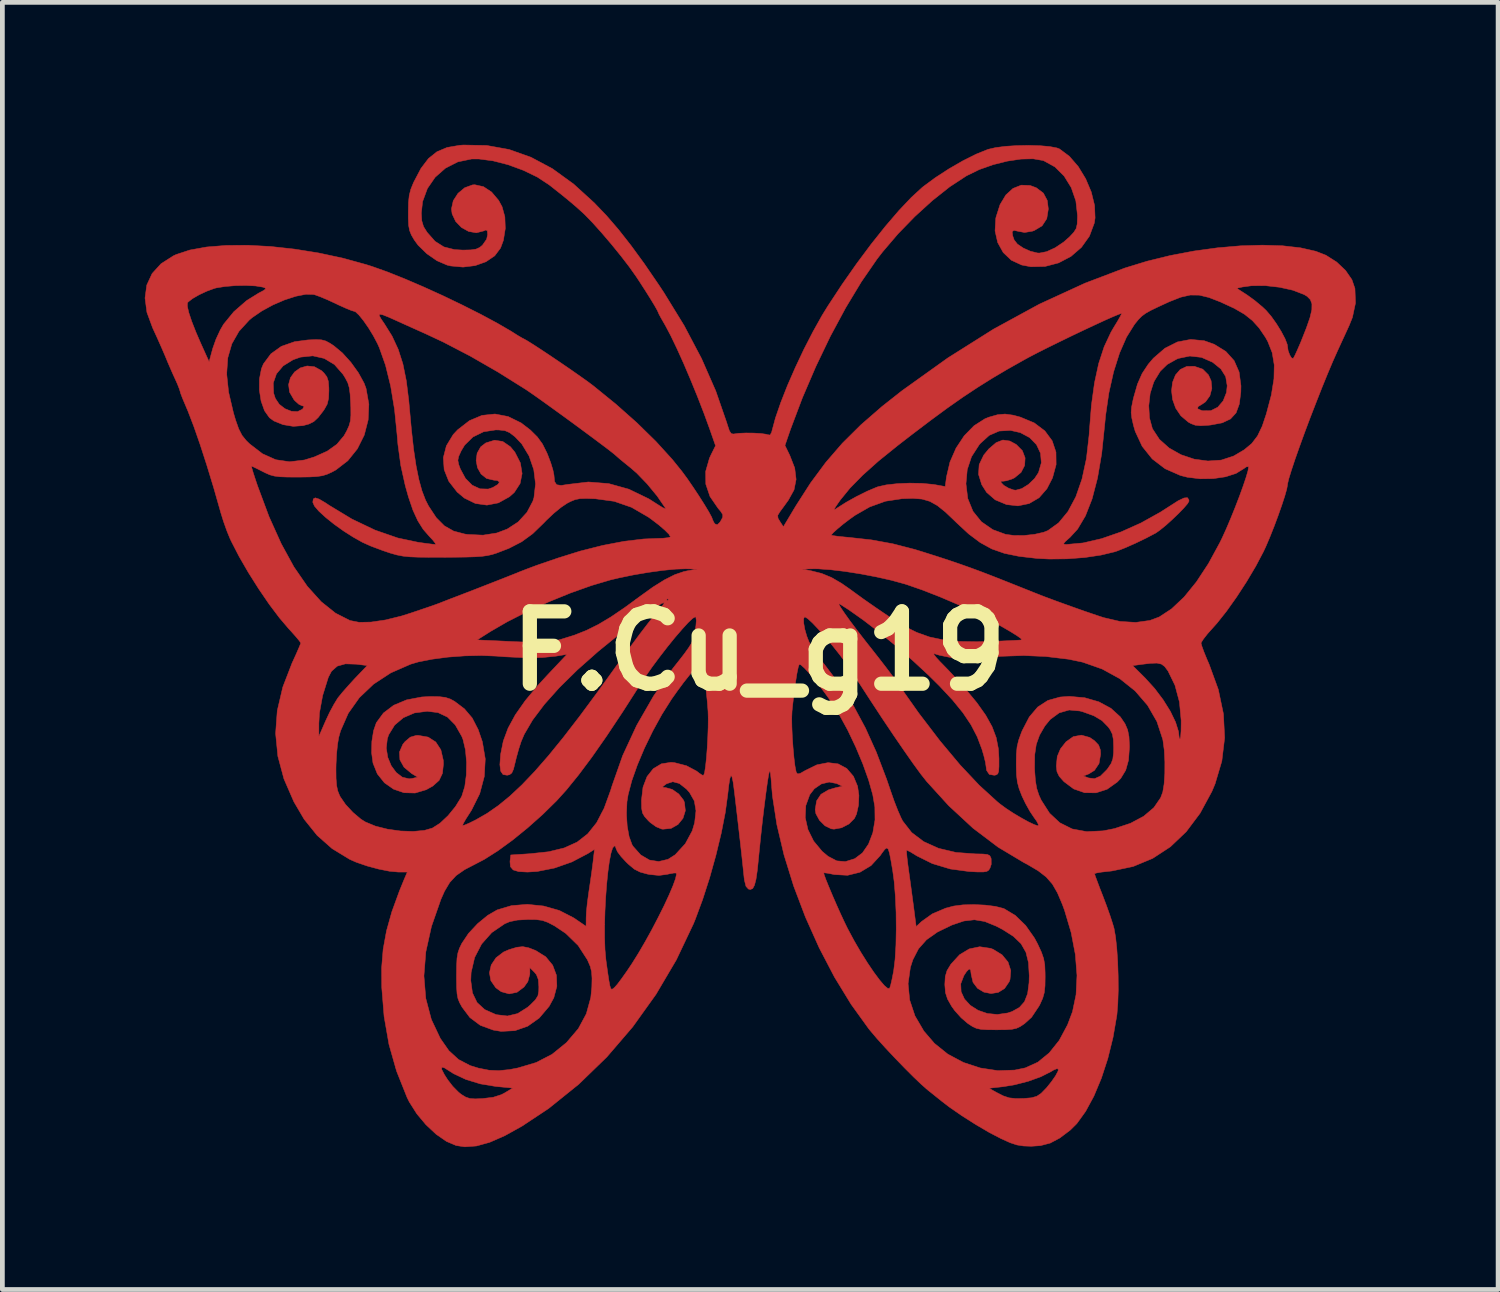
<source format=kicad_pcb>
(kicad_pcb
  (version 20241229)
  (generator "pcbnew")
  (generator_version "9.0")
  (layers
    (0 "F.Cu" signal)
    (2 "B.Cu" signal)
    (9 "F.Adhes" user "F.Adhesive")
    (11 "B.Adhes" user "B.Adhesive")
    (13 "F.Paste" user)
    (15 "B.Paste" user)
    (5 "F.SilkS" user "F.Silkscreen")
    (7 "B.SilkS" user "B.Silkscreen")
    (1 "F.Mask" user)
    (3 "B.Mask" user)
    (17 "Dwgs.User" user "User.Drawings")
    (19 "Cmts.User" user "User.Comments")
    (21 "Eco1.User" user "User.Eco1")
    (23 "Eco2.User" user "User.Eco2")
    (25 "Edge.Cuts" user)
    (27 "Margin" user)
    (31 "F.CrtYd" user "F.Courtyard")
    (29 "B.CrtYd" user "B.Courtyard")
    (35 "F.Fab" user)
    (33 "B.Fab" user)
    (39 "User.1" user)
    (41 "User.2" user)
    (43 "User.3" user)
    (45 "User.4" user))
  (footprint "F.Cu_g19"
    (layer "F.Cu")
    (at 12.937 10.663)
    (property "Reference" "F.Cu_g19" (at 0 0 0) (layer "F.SilkS") (effects (font (size 1.524 1.524) (thickness 0.3))))
    (attr through_hole)
    (fp_poly (pts (xy -5.735 -10.649) (xy -5.263 -10.564) (xy -4.803 -10.401) (xy -4.351 -10.16) (xy -3.905 -9.837) (xy -3.47 -9.441) (xy -3.212 -9.172) (xy -2.957 -8.876) (xy -2.695 -8.542) (xy -2.416 -8.16) (xy -2.113 -7.717) (xy -2.003 -7.551) (xy -1.576 -6.856) (xy -1.209 -6.16) (xy -0.909 -5.476) (xy -0.68 -4.815) (xy -0.664 -4.763) (xy -0.622 -4.637) (xy -0.582 -4.578) (xy -0.533 -4.57) (xy -0.524 -4.572) (xy -0.421 -4.586) (xy -0.273 -4.592) (xy -0.109 -4.59) (xy 0.043 -4.581) (xy 0.151 -4.566) (xy 0.178 -4.557) (xy 0.234 -4.549) (xy 0.267 -4.605) (xy 0.276 -4.642) (xy 0.348 -4.909) (xy 0.459 -5.231) (xy 0.6 -5.59) (xy 0.766 -5.97) (xy 0.947 -6.354) (xy 1.138 -6.725) (xy 1.329 -7.067) (xy 1.451 -7.265) (xy 1.751 -7.721) (xy 2.058 -8.159) (xy 2.365 -8.571) (xy 2.665 -8.947) (xy 2.948 -9.277) (xy 3.209 -9.553) (xy 3.439 -9.764) (xy 3.461 -9.782) (xy 3.714 -9.969) (xy 4 -10.155) (xy 4.296 -10.326) (xy 4.578 -10.467) (xy 4.821 -10.565) (xy 4.826 -10.567) (xy 4.986 -10.604) (xy 5.196 -10.631) (xy 5.435 -10.646) (xy 5.683 -10.651) (xy 5.919 -10.644) (xy 6.124 -10.626) (xy 6.276 -10.597) (xy 6.331 -10.576) (xy 6.539 -10.421) (xy 6.726 -10.205) (xy 6.883 -9.947) (xy 7.001 -9.668) (xy 7.07 -9.387) (xy 7.081 -9.122) (xy 7.065 -9.015) (xy 6.962 -8.739) (xy 6.793 -8.502) (xy 6.572 -8.311) (xy 6.312 -8.175) (xy 6.026 -8.1) (xy 5.728 -8.094) (xy 5.534 -8.131) (xy 5.316 -8.232) (xy 5.145 -8.395) (xy 5.029 -8.605) (xy 4.974 -8.849) (xy 4.989 -9.113) (xy 4.995 -9.141) (xy 5.079 -9.403) (xy 5.201 -9.606) (xy 5.352 -9.744) (xy 5.526 -9.813) (xy 5.713 -9.806) (xy 5.842 -9.758) (xy 5.992 -9.645) (xy 6.074 -9.49) (xy 6.096 -9.31) (xy 6.063 -9.106) (xy 5.964 -8.955) (xy 5.798 -8.856) (xy 5.759 -8.843) (xy 5.597 -8.816) (xy 5.465 -8.84) (xy 5.372 -8.861) (xy 5.334 -8.833) (xy 5.345 -8.748) (xy 5.376 -8.659) (xy 5.444 -8.572) (xy 5.568 -8.488) (xy 5.718 -8.421) (xy 5.867 -8.384) (xy 5.909 -8.382) (xy 6.061 -8.412) (xy 6.24 -8.494) (xy 6.419 -8.614) (xy 6.544 -8.724) (xy 6.633 -8.82) (xy 6.683 -8.899) (xy 6.704 -8.992) (xy 6.71 -9.131) (xy 6.71 -9.178) (xy 6.676 -9.481) (xy 6.579 -9.761) (xy 6.429 -10.004) (xy 6.235 -10.197) (xy 6.005 -10.324) (xy 5.98 -10.333) (xy 5.776 -10.368) (xy 5.52 -10.362) (xy 5.233 -10.319) (xy 4.933 -10.244) (xy 4.641 -10.141) (xy 4.377 -10.012) (xy 4.365 -10.005) (xy 4.019 -9.778) (xy 3.653 -9.488) (xy 3.285 -9.153) (xy 2.929 -8.787) (xy 2.604 -8.406) (xy 2.487 -8.255) (xy 2.157 -7.776) (xy 1.827 -7.229) (xy 1.504 -6.629) (xy 1.198 -5.991) (xy 0.915 -5.332) (xy 0.664 -4.667) (xy 0.637 -4.589) (xy 0.548 -4.33) (xy 0.649 -4.123) (xy 0.754 -3.854) (xy 0.783 -3.615) (xy 0.739 -3.393) (xy 0.619 -3.176) (xy 0.615 -3.171) (xy 0.53 -3.053) (xy 0.452 -2.947) (xy 0.441 -2.932) (xy 0.396 -2.858) (xy 0.402 -2.796) (xy 0.443 -2.727) (xy 0.515 -2.617) (xy 0.732 -2.98) (xy 1.583 -2.98) (xy 1.602 -2.982) (xy 1.653 -3.015) (xy 1.837 -3.132) (xy 2.056 -3.254) (xy 2.277 -3.364) (xy 2.468 -3.445) (xy 2.508 -3.46) (xy 2.683 -3.499) (xy 2.914 -3.525) (xy 3.173 -3.536) (xy 3.434 -3.531) (xy 3.668 -3.509) (xy 3.73 -3.499) (xy 3.924 -3.464) (xy 3.951 -3.669) (xy 4.024 -3.98) (xy 4.152 -4.273) (xy 4.324 -4.533) (xy 4.53 -4.744) (xy 4.76 -4.891) (xy 4.844 -4.925) (xy 5.027 -4.977) (xy 5.184 -4.991) (xy 5.352 -4.968) (xy 5.506 -4.927) (xy 5.799 -4.805) (xy 6.023 -4.636) (xy 6.177 -4.428) (xy 6.257 -4.189) (xy 6.26 -3.926) (xy 6.184 -3.646) (xy 6.066 -3.417) (xy 5.901 -3.228) (xy 5.693 -3.106) (xy 5.456 -3.057) (xy 5.217 -3.084) (xy 4.977 -3.184) (xy 4.797 -3.34) (xy 4.694 -3.502) (xy 4.626 -3.72) (xy 4.639 -3.926) (xy 4.735 -4.126) (xy 4.843 -4.257) (xy 4.997 -4.389) (xy 5.139 -4.444) (xy 5.285 -4.423) (xy 5.42 -4.35) (xy 5.549 -4.22) (xy 5.607 -4.067) (xy 5.597 -3.907) (xy 5.521 -3.761) (xy 5.382 -3.647) (xy 5.328 -3.622) (xy 5.215 -3.586) (xy 5.135 -3.575) (xy 5.12 -3.579) (xy 5.097 -3.571) (xy 5.102 -3.548) (xy 5.158 -3.489) (xy 5.258 -3.43) (xy 5.366 -3.392) (xy 5.411 -3.387) (xy 5.537 -3.421) (xy 5.678 -3.509) (xy 5.806 -3.632) (xy 5.889 -3.757) (xy 5.949 -3.964) (xy 5.932 -4.165) (xy 5.847 -4.346) (xy 5.702 -4.495) (xy 5.506 -4.6) (xy 5.296 -4.647) (xy 5.06 -4.633) (xy 4.851 -4.542) (xy 4.663 -4.371) (xy 4.64 -4.344) (xy 4.478 -4.092) (xy 4.388 -3.822) (xy 4.361 -3.523) (xy 4.399 -3.211) (xy 4.509 -2.942) (xy 4.686 -2.722) (xy 4.926 -2.556) (xy 5.195 -2.457) (xy 5.374 -2.433) (xy 5.59 -2.434) (xy 5.81 -2.458) (xy 6.001 -2.502) (xy 6.088 -2.537) (xy 6.314 -2.7) (xy 6.51 -2.938) (xy 6.675 -3.247) (xy 6.805 -3.621) (xy 6.899 -4.055) (xy 6.955 -4.546) (xy 6.961 -4.636) (xy 7.004 -5.179) (xy 7.069 -5.65) (xy 7.157 -6.056) (xy 7.272 -6.408) (xy 7.415 -6.714) (xy 7.472 -6.812) (xy 7.555 -6.948) (xy 7.614 -7.052) (xy 7.641 -7.107) (xy 7.641 -7.112) (xy 7.584 -7.094) (xy 7.463 -7.044) (xy 7.291 -6.968) (xy 7.081 -6.871) (xy 6.844 -6.76) (xy 6.592 -6.64) (xy 6.339 -6.517) (xy 6.095 -6.397) (xy 5.874 -6.286) (xy 5.688 -6.189) (xy 5.591 -6.136) (xy 5.241 -5.939) (xy 4.918 -5.748) (xy 4.608 -5.554) (xy 4.297 -5.348) (xy 3.972 -5.12) (xy 3.62 -4.861) (xy 3.227 -4.563) (xy 2.922 -4.327) (xy 2.517 -4) (xy 2.185 -3.703) (xy 1.919 -3.432) (xy 1.714 -3.181) (xy 1.68 -3.133) (xy 1.608 -3.027) (xy 1.583 -2.98) (xy 0.732 -2.98) (xy 0.782 -3.063) (xy 1.088 -3.54) (xy 1.408 -3.972) (xy 1.756 -4.375) (xy 2.146 -4.762) (xy 2.591 -5.149) (xy 3.013 -5.482) (xy 3.979 -6.173) (xy 4.942 -6.78) (xy 5.905 -7.305) (xy 6.636 -7.641) (xy 10.064 -7.641) (xy 10.284 -7.499) (xy 10.444 -7.383) (xy 10.608 -7.246) (xy 10.685 -7.173) (xy 10.791 -7.049) (xy 10.901 -6.894) (xy 11.003 -6.729) (xy 11.083 -6.577) (xy 11.128 -6.459) (xy 11.134 -6.421) (xy 11.147 -6.328) (xy 11.181 -6.236) (xy 11.22 -6.172) (xy 11.254 -6.162) (xy 11.255 -6.163) (xy 11.286 -6.218) (xy 11.338 -6.331) (xy 11.402 -6.478) (xy 11.419 -6.519) (xy 11.532 -6.804) (xy 11.608 -7.023) (xy 11.647 -7.189) (xy 11.649 -7.312) (xy 11.616 -7.401) (xy 11.548 -7.47) (xy 11.483 -7.509) (xy 11.25 -7.599) (xy 10.967 -7.662) (xy 10.665 -7.696) (xy 10.377 -7.694) (xy 10.186 -7.668) (xy 10.064 -7.641) (xy 6.636 -7.641) (xy 6.869 -7.748) (xy 7.705 -8.066) (xy 8.174 -8.21) (xy 8.663 -8.33) (xy 9.163 -8.425) (xy 9.66 -8.493) (xy 10.145 -8.535) (xy 10.605 -8.549) (xy 11.03 -8.536) (xy 11.408 -8.493) (xy 11.727 -8.421) (xy 11.943 -8.337) (xy 12.17 -8.193) (xy 12.357 -8.016) (xy 12.491 -7.822) (xy 12.555 -7.635) (xy 12.566 -7.328) (xy 12.502 -7.027) (xy 12.434 -6.858) (xy 12.36 -6.696) (xy 12.27 -6.501) (xy 12.191 -6.329) (xy 12.089 -6.101) (xy 11.976 -5.833) (xy 11.856 -5.538) (xy 11.733 -5.225) (xy 11.61 -4.908) (xy 11.493 -4.596) (xy 11.386 -4.301) (xy 11.292 -4.035) (xy 11.217 -3.809) (xy 11.163 -3.634) (xy 11.136 -3.522) (xy 11.134 -3.497) (xy 11.118 -3.409) (xy 11.076 -3.261) (xy 11.013 -3.068) (xy 10.936 -2.849) (xy 10.851 -2.621) (xy 10.763 -2.4) (xy 10.68 -2.205) (xy 10.629 -2.095) (xy 10.467 -1.788) (xy 10.273 -1.461) (xy 10.062 -1.137) (xy 9.849 -0.837) (xy 9.647 -0.583) (xy 9.56 -0.486) (xy 9.447 -0.359) (xy 9.362 -0.25) (xy 9.317 -0.178) (xy 9.313 -0.164) (xy 9.33 -0.102) (xy 9.373 0.017) (xy 9.437 0.174) (xy 9.485 0.285) (xy 9.677 0.812) (xy 9.785 1.327) (xy 9.81 1.83) (xy 9.751 2.32) (xy 9.609 2.798) (xy 9.541 2.96) (xy 9.293 3.418) (xy 9.001 3.807) (xy 8.667 4.125) (xy 8.294 4.369) (xy 7.882 4.54) (xy 7.435 4.634) (xy 7.362 4.642) (xy 7.217 4.658) (xy 7.112 4.676) (xy 7.07 4.691) (xy 7.07 4.692) (xy 7.084 4.739) (xy 7.124 4.847) (xy 7.182 5.001) (xy 7.245 5.162) (xy 7.324 5.371) (xy 7.397 5.577) (xy 7.454 5.753) (xy 7.48 5.842) (xy 7.512 6.021) (xy 7.538 6.262) (xy 7.557 6.545) (xy 7.567 6.847) (xy 7.569 7.146) (xy 7.56 7.421) (xy 7.542 7.65) (xy 7.539 7.676) (xy 7.459 8.14) (xy 7.349 8.586) (xy 7.213 9.002) (xy 7.056 9.377) (xy 6.882 9.698) (xy 6.697 9.955) (xy 6.56 10.091) (xy 6.338 10.259) (xy 6.136 10.366) (xy 5.93 10.42) (xy 5.737 10.433) (xy 5.571 10.427) (xy 5.433 10.405) (xy 5.291 10.358) (xy 5.109 10.276) (xy 5.108 10.276) (xy 4.854 10.144) (xy 4.566 9.975) (xy 4.275 9.79) (xy 4.009 9.606) (xy 3.854 9.487) (xy 3.727 9.385) (xy 3.61 9.291) (xy 3.558 9.25) (xy 3.514 9.211) (xy 4.847 9.211) (xy 4.995 9.294) (xy 5.145 9.371) (xy 5.27 9.413) (xy 5.408 9.428) (xy 5.576 9.426) (xy 5.741 9.412) (xy 5.853 9.38) (xy 5.94 9.322) (xy 5.952 9.311) (xy 6.058 9.202) (xy 6.161 9.074) (xy 6.247 8.951) (xy 6.299 8.853) (xy 6.308 8.82) (xy 6.285 8.796) (xy 6.211 8.825) (xy 6.149 8.862) (xy 5.938 8.969) (xy 5.674 9.064) (xy 5.386 9.138) (xy 5.144 9.178) (xy 4.847 9.211) (xy 3.514 9.211) (xy 3.429 9.137) (xy 3.26 8.976) (xy 3.065 8.781) (xy 2.861 8.57) (xy 2.662 8.358) (xy 2.483 8.16) (xy 2.34 7.991) (xy 2.314 7.959) (xy 1.942 7.443) (xy 1.591 6.869) (xy 1.269 6.252) (xy 0.98 5.607) (xy 0.731 4.95) (xy 0.646 4.675) (xy 1.365 4.675) (xy 1.375 4.717) (xy 1.413 4.821) (xy 1.474 4.971) (xy 1.549 5.15) (xy 1.633 5.343) (xy 1.719 5.535) (xy 1.8 5.709) (xy 1.869 5.851) (xy 1.876 5.863) (xy 2.008 6.109) (xy 2.148 6.349) (xy 2.288 6.572) (xy 2.422 6.77) (xy 2.542 6.931) (xy 2.642 7.048) (xy 2.715 7.109) (xy 2.753 7.106) (xy 2.775 7.038) (xy 2.804 6.912) (xy 2.835 6.754) (xy 2.839 6.731) (xy 2.868 6.493) (xy 2.886 6.194) (xy 2.892 5.857) (xy 2.889 5.508) (xy 2.874 5.167) (xy 2.849 4.86) (xy 2.819 4.636) (xy 2.78 4.408) (xy 2.75 4.256) (xy 2.723 4.172) (xy 2.692 4.149) (xy 2.652 4.178) (xy 2.595 4.252) (xy 2.555 4.31) (xy 2.361 4.521) (xy 2.128 4.661) (xy 1.868 4.725) (xy 1.592 4.71) (xy 1.567 4.705) (xy 1.452 4.682) (xy 1.378 4.673) (xy 1.365 4.675) (xy 0.646 4.675) (xy 0.528 4.295) (xy 0.378 3.659) (xy 0.285 3.055) (xy 0.27 2.879) (xy 0.255 2.688) (xy 0.243 2.574) (xy 0.231 2.529) (xy 0.219 2.545) (xy 0.205 2.603) (xy 0.179 2.761) (xy 0.148 2.985) (xy 0.113 3.258) (xy 0.076 3.562) (xy 0.041 3.878) (xy 0.009 4.19) (xy -0.007 4.353) (xy -0.034 4.619) (xy -0.062 4.81) (xy -0.094 4.934) (xy -0.131 5.003) (xy -0.179 5.024) (xy -0.221 5.015) (xy -0.273 4.957) (xy -0.306 4.826) (xy -0.313 4.77) (xy -0.334 4.569) (xy -0.36 4.326) (xy -0.39 4.056) (xy -0.422 3.775) (xy -0.454 3.499) (xy -0.484 3.242) (xy -0.51 3.022) (xy -0.531 2.854) (xy -0.545 2.754) (xy -0.546 2.752) (xy -0.568 2.649) (xy -0.589 2.625) (xy -0.611 2.682) (xy -0.634 2.821) (xy -0.657 3.021) (xy -0.709 3.403) (xy -0.794 3.838) (xy -0.906 4.302) (xy -1.038 4.775) (xy -1.185 5.232) (xy -1.34 5.651) (xy -1.378 5.744) (xy -1.74 6.507) (xy -2.169 7.234) (xy -2.659 7.918) (xy -3.203 8.552) (xy -3.796 9.127) (xy -4.431 9.638) (xy -4.994 10.011) (xy -5.356 10.212) (xy -5.672 10.35) (xy -5.95 10.427) (xy -6.196 10.445) (xy -6.377 10.418) (xy -6.582 10.331) (xy -6.8 10.18) (xy -7.013 9.981) (xy -7.208 9.748) (xy -7.366 9.498) (xy -7.412 9.405) (xy -7.633 8.851) (xy -7.657 8.767) (xy -6.683 8.767) (xy -6.682 8.815) (xy -6.626 8.924) (xy -6.556 9.033) (xy -6.45 9.17) (xy -6.329 9.293) (xy -6.271 9.34) (xy -6.178 9.397) (xy -6.09 9.427) (xy -5.976 9.435) (xy -5.821 9.428) (xy -5.597 9.401) (xy -5.426 9.346) (xy -5.355 9.309) (xy -5.186 9.207) (xy -5.543 9.173) (xy -5.868 9.119) (xy -6.173 9.026) (xy -6.434 8.903) (xy -6.515 8.851) (xy -6.627 8.78) (xy -6.683 8.767) (xy -7.657 8.767) (xy -7.793 8.289) (xy -7.896 7.698) (xy -7.945 7.091) (xy -7.947 6.844) (xy -7.057 6.844) (xy -7.018 7.318) (xy -6.901 7.761) (xy -6.712 8.161) (xy -6.531 8.42) (xy -6.327 8.606) (xy -6.084 8.733) (xy -5.905 8.788) (xy -5.686 8.831) (xy -5.479 8.84) (xy -5.252 8.817) (xy -5.08 8.784) (xy -4.693 8.669) (xy -4.358 8.496) (xy -4.062 8.256) (xy -4.052 8.247) (xy -3.804 7.955) (xy -3.636 7.643) (xy -3.542 7.301) (xy -3.52 7.079) (xy -3.516 6.893) (xy -3.525 6.759) (xy -3.552 6.647) (xy -3.604 6.526) (xy -3.616 6.501) (xy -3.809 6.203) (xy -3.976 6.04) (xy -3.251 6.04) (xy -3.243 6.288) (xy -3.224 6.498) (xy -3.22 6.529) (xy -3.186 6.773) (xy -3.16 6.944) (xy -3.14 7.052) (xy -3.121 7.11) (xy -3.1 7.127) (xy -3.074 7.115) (xy -3.038 7.084) (xy -3.036 7.082) (xy -2.979 7.017) (xy -2.89 6.898) (xy -2.78 6.743) (xy -2.673 6.583) (xy -2.537 6.365) (xy -2.396 6.123) (xy -2.255 5.868) (xy -2.121 5.611) (xy -1.998 5.365) (xy -1.893 5.139) (xy -1.811 4.946) (xy -1.757 4.797) (xy -1.737 4.703) (xy -1.743 4.678) (xy -1.79 4.677) (xy -1.889 4.695) (xy -1.933 4.705) (xy -2.105 4.728) (xy -2.303 4.708) (xy -2.351 4.699) (xy -2.504 4.657) (xy -2.625 4.596) (xy -2.748 4.493) (xy -2.8 4.443) (xy -2.904 4.33) (xy -2.978 4.232) (xy -3.006 4.172) (xy -3.026 4.114) (xy -3.043 4.106) (xy -3.081 4.147) (xy -3.117 4.259) (xy -3.151 4.432) (xy -3.181 4.652) (xy -3.207 4.908) (xy -3.228 5.187) (xy -3.243 5.477) (xy -3.251 5.765) (xy -3.251 6.04) (xy -3.976 6.04) (xy -4.071 5.948) (xy -4.307 5.79) (xy -4.447 5.717) (xy -4.564 5.675) (xy -4.694 5.658) (xy -4.868 5.656) (xy -5.087 5.668) (xy -5.251 5.702) (xy -5.355 5.746) (xy -5.628 5.932) (xy -5.842 6.173) (xy -5.989 6.457) (xy -6.063 6.774) (xy -6.07 6.943) (xy -6.035 7.202) (xy -5.938 7.405) (xy -5.776 7.554) (xy -5.546 7.656) (xy -5.524 7.662) (xy -5.298 7.689) (xy -5.083 7.638) (xy -4.871 7.504) (xy -4.81 7.45) (xy -4.709 7.348) (xy -4.656 7.264) (xy -4.638 7.164) (xy -4.636 7.074) (xy -4.647 6.921) (xy -4.687 6.818) (xy -4.731 6.765) (xy -4.826 6.67) (xy -4.826 6.806) (xy -4.868 6.965) (xy -4.949 7.079) (xy -5.097 7.19) (xy -5.262 7.223) (xy -5.429 7.177) (xy -5.544 7.093) (xy -5.647 6.944) (xy -5.677 6.779) (xy -5.639 6.613) (xy -5.538 6.462) (xy -5.379 6.341) (xy -5.264 6.291) (xy -5.099 6.241) (xy -4.974 6.228) (xy -4.849 6.253) (xy -4.702 6.31) (xy -4.491 6.442) (xy -4.345 6.619) (xy -4.266 6.83) (xy -4.257 7.063) (xy -4.321 7.305) (xy -4.419 7.485) (xy -4.628 7.732) (xy -4.871 7.904) (xy -5.14 7.998) (xy -5.43 8.013) (xy -5.598 7.985) (xy -5.87 7.885) (xy -6.088 7.722) (xy -6.254 7.502) (xy -6.306 7.407) (xy -6.34 7.321) (xy -6.359 7.221) (xy -6.368 7.086) (xy -6.371 6.893) (xy -6.371 6.837) (xy -6.368 6.624) (xy -6.36 6.472) (xy -6.341 6.36) (xy -6.309 6.264) (xy -6.259 6.16) (xy -6.258 6.159) (xy -6.118 5.95) (xy -5.927 5.745) (xy -5.713 5.569) (xy -5.514 5.454) (xy -5.212 5.364) (xy -4.878 5.337) (xy -4.536 5.372) (xy -4.205 5.466) (xy -3.909 5.618) (xy -3.888 5.631) (xy -3.641 5.8) (xy -3.64 5.62) (xy -3.634 5.494) (xy -3.616 5.317) (xy -3.59 5.121) (xy -3.581 5.059) (xy -3.55 4.85) (xy -3.52 4.638) (xy -3.497 4.462) (xy -3.493 4.428) (xy -3.464 4.179) (xy -3.605 4.268) (xy -3.941 4.444) (xy -4.305 4.572) (xy -4.668 4.644) (xy -4.874 4.657) (xy -5.061 4.647) (xy -5.177 4.612) (xy -5.234 4.545) (xy -5.244 4.438) (xy -5.242 4.416) (xy -5.228 4.297) (xy -4.826 4.271) (xy -4.431 4.229) (xy -4.102 4.149) (xy -3.83 4.026) (xy -3.606 3.851) (xy -3.419 3.617) (xy -3.325 3.435) (xy -2.791 3.435) (xy -2.775 3.688) (xy -2.735 3.91) (xy -2.673 4.08) (xy -2.652 4.114) (xy -2.49 4.296) (xy -2.306 4.404) (xy -2.111 4.435) (xy -1.914 4.388) (xy -1.764 4.292) (xy -1.551 4.06) (xy -1.405 3.789) (xy -1.354 3.617) (xy -1.326 3.366) (xy -1.361 3.159) (xy -1.462 2.981) (xy -1.525 2.91) (xy -1.676 2.791) (xy -1.814 2.754) (xy -1.945 2.796) (xy -1.971 2.814) (xy -2.028 2.86) (xy -2.016 2.875) (xy -1.968 2.877) (xy -1.826 2.916) (xy -1.689 3.012) (xy -1.589 3.141) (xy -1.569 3.189) (xy -1.55 3.364) (xy -1.6 3.525) (xy -1.705 3.655) (xy -1.85 3.737) (xy -2.022 3.754) (xy -2.05 3.75) (xy -2.165 3.703) (xy -2.289 3.614) (xy -2.331 3.574) (xy -2.409 3.487) (xy -2.453 3.411) (xy -2.471 3.314) (xy -2.474 3.168) (xy -2.474 3.141) (xy -2.442 2.869) (xy -2.357 2.646) (xy -2.226 2.48) (xy -2.055 2.377) (xy -1.851 2.345) (xy -1.779 2.352) (xy -1.527 2.417) (xy -1.312 2.531) (xy -1.259 2.573) (xy -1.194 2.616) (xy -1.164 2.617) (xy -1.144 2.559) (xy -1.125 2.433) (xy -1.106 2.258) (xy -1.09 2.051) (xy -1.078 1.83) (xy -1.07 1.612) (xy -1.068 1.415) (xy -1.068 1.41) (xy 0.691 1.41) (xy 0.694 1.598) (xy 0.703 1.814) (xy 0.719 2.038) (xy 0.738 2.248) (xy 0.759 2.421) (xy 0.782 2.538) (xy 0.788 2.559) (xy 0.815 2.59) (xy 0.871 2.578) (xy 0.972 2.52) (xy 1.221 2.398) (xy 1.457 2.352) (xy 1.669 2.378) (xy 1.85 2.475) (xy 1.991 2.64) (xy 2.078 2.849) (xy 2.106 3.042) (xy 2.097 3.249) (xy 2.056 3.434) (xy 2.011 3.529) (xy 1.896 3.644) (xy 1.741 3.724) (xy 1.582 3.753) (xy 1.523 3.746) (xy 1.391 3.682) (xy 1.275 3.566) (xy 1.2 3.428) (xy 1.185 3.343) (xy 1.215 3.157) (xy 1.307 3.019) (xy 1.468 2.924) (xy 1.614 2.881) (xy 1.757 2.849) (xy 1.637 2.792) (xy 1.48 2.761) (xy 1.316 2.8) (xy 1.167 2.902) (xy 1.071 3.027) (xy 0.987 3.257) (xy 0.975 3.507) (xy 1.032 3.761) (xy 1.152 4.004) (xy 1.331 4.22) (xy 1.456 4.325) (xy 1.639 4.421) (xy 1.82 4.437) (xy 2.019 4.375) (xy 2.18 4.254) (xy 2.308 4.068) (xy 2.399 3.831) (xy 2.445 3.56) (xy 2.442 3.286) (xy 2.398 3.029) (xy 2.311 2.721) (xy 2.189 2.38) (xy 2.04 2.024) (xy 1.871 1.669) (xy 1.688 1.334) (xy 1.57 1.143) (xy 1.452 0.97) (xy 1.322 0.793) (xy 1.19 0.625) (xy 1.067 0.477) (xy 0.962 0.363) (xy 0.886 0.294) (xy 0.849 0.281) (xy 0.828 0.341) (xy 0.801 0.471) (xy 0.772 0.654) (xy 0.741 0.878) (xy 0.712 1.126) (xy 0.697 1.271) (xy 0.691 1.41) (xy -1.068 1.41) (xy -1.072 1.27) (xy -1.088 1.064) (xy -1.111 0.85) (xy -1.137 0.647) (xy -1.166 0.471) (xy -1.193 0.337) (xy -1.216 0.263) (xy -1.226 0.254) (xy -1.27 0.286) (xy -1.353 0.375) (xy -1.462 0.506) (xy -1.588 0.665) (xy -1.718 0.841) (xy -1.84 1.013) (xy -2.044 1.336) (xy -2.237 1.687) (xy -2.412 2.047) (xy -2.561 2.401) (xy -2.678 2.732) (xy -2.755 3.024) (xy -2.78 3.177) (xy -2.791 3.435) (xy -3.325 3.435) (xy -3.262 3.315) (xy -3.125 2.939) (xy -3.093 2.836) (xy -2.87 2.203) (xy -2.575 1.567) (xy -2.219 0.948) (xy -1.812 0.365) (xy -1.679 0.197) (xy -1.572 0.059) (xy -1.479 -0.071) (xy -1.421 -0.164) (xy -1.382 -0.266) (xy -1.35 -0.396) (xy -1.328 -0.529) (xy -1.319 -0.642) (xy -1.325 -0.683) (xy 0.941 -0.683) (xy 0.943 -0.589) (xy 0.966 -0.458) (xy 1.008 -0.312) (xy 1.055 -0.192) (xy 1.115 -0.085) (xy 1.214 0.064) (xy 1.336 0.228) (xy 1.406 0.318) (xy 1.718 0.731) (xy 1.995 1.161) (xy 2.243 1.622) (xy 2.472 2.129) (xy 2.689 2.7) (xy 2.779 2.963) (xy 2.85 3.166) (xy 2.925 3.358) (xy 2.993 3.513) (xy 3.029 3.583) (xy 3.217 3.824) (xy 3.471 4.016) (xy 3.784 4.157) (xy 4.152 4.244) (xy 4.561 4.274) (xy 4.72 4.277) (xy 4.814 4.287) (xy 4.863 4.312) (xy 4.886 4.356) (xy 4.892 4.378) (xy 4.893 4.496) (xy 4.867 4.574) (xy 4.839 4.618) (xy 4.798 4.644) (xy 4.727 4.655) (xy 4.607 4.655) (xy 4.43 4.646) (xy 4.03 4.592) (xy 3.652 4.478) (xy 3.32 4.313) (xy 3.288 4.292) (xy 3.188 4.231) (xy 3.123 4.2) (xy 3.11 4.199) (xy 3.11 4.245) (xy 3.12 4.355) (xy 3.139 4.513) (xy 3.156 4.636) (xy 3.189 4.874) (xy 3.224 5.134) (xy 3.256 5.371) (xy 3.264 5.433) (xy 3.312 5.806) (xy 3.423 5.701) (xy 3.651 5.538) (xy 3.935 5.417) (xy 4.103 5.373) (xy 4.298 5.348) (xy 4.529 5.342) (xy 4.766 5.353) (xy 4.981 5.38) (xy 5.146 5.422) (xy 5.165 5.429) (xy 5.4 5.57) (xy 5.618 5.782) (xy 5.805 6.048) (xy 5.872 6.174) (xy 5.951 6.345) (xy 5.997 6.478) (xy 6.021 6.61) (xy 6.028 6.775) (xy 6.029 6.864) (xy 6.026 7.056) (xy 6.011 7.196) (xy 5.978 7.314) (xy 5.92 7.443) (xy 5.903 7.476) (xy 5.742 7.717) (xy 5.594 7.851) (xy 5.504 7.911) (xy 5.423 7.949) (xy 5.33 7.969) (xy 5.199 7.978) (xy 5.007 7.98) (xy 5.002 7.98) (xy 4.81 7.978) (xy 4.678 7.97) (xy 4.583 7.95) (xy 4.501 7.912) (xy 4.407 7.851) (xy 4.396 7.843) (xy 4.26 7.726) (xy 4.125 7.576) (xy 4.058 7.483) (xy 3.973 7.332) (xy 3.93 7.2) (xy 3.917 7.046) (xy 3.916 7.02) (xy 3.925 6.858) (xy 3.962 6.733) (xy 4.041 6.603) (xy 4.045 6.597) (xy 4.225 6.4) (xy 4.43 6.276) (xy 4.651 6.23) (xy 4.88 6.264) (xy 4.933 6.284) (xy 5.12 6.399) (xy 5.247 6.552) (xy 5.305 6.731) (xy 5.289 6.919) (xy 5.271 6.968) (xy 5.174 7.11) (xy 5.041 7.192) (xy 4.889 7.216) (xy 4.738 7.186) (xy 4.605 7.106) (xy 4.51 6.98) (xy 4.471 6.814) (xy 4.459 6.719) (xy 4.428 6.698) (xy 4.373 6.754) (xy 4.317 6.839) (xy 4.251 7.011) (xy 4.259 7.178) (xy 4.33 7.332) (xy 4.453 7.465) (xy 4.616 7.569) (xy 4.81 7.636) (xy 5.022 7.657) (xy 5.243 7.625) (xy 5.332 7.595) (xy 5.487 7.509) (xy 5.594 7.388) (xy 5.66 7.218) (xy 5.69 6.988) (xy 5.694 6.837) (xy 5.678 6.564) (xy 5.624 6.346) (xy 5.522 6.167) (xy 5.361 6.012) (xy 5.132 5.866) (xy 4.995 5.795) (xy 4.756 5.698) (xy 4.539 5.662) (xy 4.316 5.688) (xy 4.065 5.773) (xy 3.761 5.92) (xy 3.53 6.083) (xy 3.361 6.274) (xy 3.242 6.505) (xy 3.19 6.666) (xy 3.142 7.008) (xy 3.175 7.351) (xy 3.287 7.687) (xy 3.475 8.008) (xy 3.696 8.265) (xy 3.978 8.492) (xy 4.306 8.667) (xy 4.663 8.784) (xy 5.031 8.84) (xy 5.389 8.828) (xy 5.611 8.782) (xy 5.875 8.662) (xy 6.115 8.466) (xy 6.326 8.202) (xy 6.501 7.875) (xy 6.605 7.599) (xy 6.68 7.241) (xy 6.7 6.834) (xy 6.665 6.393) (xy 6.577 5.932) (xy 6.438 5.464) (xy 6.39 5.334) (xy 6.288 5.094) (xy 6.181 4.909) (xy 6.051 4.761) (xy 5.882 4.63) (xy 5.655 4.496) (xy 5.579 4.456) (xy 5.039 4.133) (xy 4.509 3.732) (xy 3.997 3.258) (xy 3.533 2.748) (xy 3.412 2.595) (xy 3.253 2.377) (xy 3.061 2.103) (xy 2.84 1.781) (xy 2.597 1.419) (xy 2.338 1.024) (xy 2.066 0.605) (xy 1.954 0.431) (xy 1.842 0.267) (xy 1.706 0.084) (xy 1.556 -0.105) (xy 1.403 -0.289) (xy 1.257 -0.454) (xy 1.129 -0.589) (xy 1.029 -0.681) (xy 0.968 -0.719) (xy 0.965 -0.72) (xy 0.941 -0.683) (xy -1.325 -0.683) (xy -1.328 -0.71) (xy -1.34 -0.72) (xy -1.397 -0.687) (xy -1.493 -0.596) (xy -1.619 -0.458) (xy -1.768 -0.285) (xy -1.929 -0.086) (xy -2.093 0.126) (xy -2.252 0.34) (xy -2.396 0.546) (xy -2.491 0.691) (xy -2.867 1.278) (xy -3.209 1.792) (xy -3.519 2.236) (xy -3.801 2.613) (xy -4.056 2.927) (xy -4.262 3.155) (xy -4.557 3.445) (xy -4.873 3.726) (xy -5.192 3.985) (xy -5.501 4.21) (xy -5.783 4.389) (xy -5.959 4.481) (xy -6.2 4.606) (xy -6.379 4.731) (xy -6.514 4.877) (xy -6.624 5.062) (xy -6.7 5.234) (xy -6.898 5.802) (xy -7.017 6.338) (xy -7.057 6.844) (xy -7.947 6.844) (xy -7.948 6.675) (xy -7.916 6.284) (xy -7.845 5.895) (xy -7.732 5.491) (xy -7.571 5.05) (xy -7.475 4.815) (xy -7.407 4.657) (xy -7.591 4.657) (xy -7.779 4.64) (xy -8.011 4.594) (xy -8.256 4.528) (xy -8.483 4.45) (xy -8.621 4.389) (xy -8.991 4.163) (xy -9.307 3.884) (xy -9.581 3.543) (xy -9.796 3.177) (xy -10.006 2.694) (xy -10.064 2.477) (xy -8.91 2.477) (xy -8.908 2.686) (xy -8.896 2.835) (xy -8.873 2.946) (xy -8.834 3.043) (xy -8.819 3.072) (xy -8.708 3.233) (xy -8.553 3.4) (xy -8.385 3.542) (xy -8.29 3.602) (xy -8.077 3.69) (xy -7.822 3.754) (xy -7.549 3.792) (xy -7.282 3.801) (xy -7.046 3.779) (xy -6.878 3.73) (xy -6.718 3.628) (xy -6.549 3.469) (xy -6.393 3.278) (xy -6.27 3.079) (xy -6.257 3.051) (xy -6.196 2.855) (xy -6.164 2.609) (xy -6.159 2.342) (xy -6.182 2.084) (xy -6.234 1.863) (xy -6.259 1.8) (xy -6.397 1.558) (xy -6.561 1.392) (xy -6.76 1.298) (xy -6.989 1.27) (xy -7.257 1.305) (xy -7.489 1.405) (xy -7.674 1.561) (xy -7.799 1.764) (xy -7.828 1.85) (xy -7.85 2.045) (xy -7.819 2.24) (xy -7.746 2.417) (xy -7.64 2.561) (xy -7.511 2.659) (xy -7.367 2.693) (xy -7.304 2.685) (xy -7.191 2.657) (xy -7.316 2.581) (xy -7.477 2.447) (xy -7.563 2.292) (xy -7.572 2.128) (xy -7.501 1.966) (xy -7.455 1.909) (xy -7.343 1.815) (xy -7.224 1.78) (xy -7.176 1.778) (xy -6.968 1.814) (xy -6.808 1.917) (xy -6.7 2.082) (xy -6.649 2.303) (xy -6.646 2.382) (xy -6.667 2.578) (xy -6.737 2.726) (xy -6.87 2.845) (xy -7.01 2.923) (xy -7.242 2.992) (xy -7.476 2.986) (xy -7.696 2.911) (xy -7.889 2.776) (xy -8.039 2.588) (xy -8.13 2.361) (xy -8.159 2.145) (xy -8.154 1.906) (xy -8.118 1.68) (xy -8.06 1.512) (xy -7.91 1.307) (xy -7.695 1.144) (xy -7.423 1.03) (xy -7.105 0.969) (xy -6.921 0.959) (xy -6.736 0.962) (xy -6.606 0.978) (xy -6.502 1.012) (xy -6.413 1.06) (xy -6.204 1.218) (xy -6.04 1.411) (xy -5.913 1.658) (xy -5.826 1.912) (xy -5.765 2.273) (xy -5.785 2.642) (xy -5.882 3.007) (xy -6.056 3.356) (xy -6.094 3.415) (xy -6.173 3.538) (xy -6.227 3.632) (xy -6.243 3.676) (xy -6.243 3.677) (xy -6.2 3.667) (xy -6.103 3.626) (xy -5.972 3.561) (xy -5.96 3.555) (xy -5.725 3.42) (xy -5.488 3.255) (xy -5.245 3.056) (xy -4.991 2.818) (xy -4.722 2.536) (xy -4.433 2.205) (xy -4.119 1.819) (xy -3.775 1.373) (xy -3.398 0.863) (xy -3.084 0.427) (xy -2.888 0.154) (xy -2.692 -0.111) (xy -2.508 -0.359) (xy -2.342 -0.575) (xy -2.205 -0.749) (xy -2.105 -0.869) (xy -2.087 -0.889) (xy -2.009 -0.981) (xy -2.008 -0.985) (xy 1.684 -0.985) (xy 1.721 -0.917) (xy 1.802 -0.797) (xy 1.922 -0.629) (xy 2.078 -0.422) (xy 2.265 -0.181) (xy 2.375 -0.042) (xy 2.525 0.149) (xy 2.668 0.334) (xy 2.79 0.495) (xy 2.876 0.613) (xy 2.891 0.635) (xy 3.364 1.305) (xy 3.813 1.893) (xy 4.238 2.401) (xy 4.64 2.828) (xy 5.02 3.175) (xy 5.08 3.224) (xy 5.205 3.316) (xy 5.359 3.417) (xy 5.524 3.515) (xy 5.678 3.6) (xy 5.804 3.659) (xy 5.879 3.683) (xy 5.881 3.683) (xy 5.887 3.654) (xy 5.848 3.58) (xy 5.799 3.513) (xy 5.711 3.382) (xy 5.616 3.212) (xy 5.542 3.058) (xy 5.481 2.901) (xy 5.444 2.763) (xy 5.426 2.612) (xy 5.42 2.413) (xy 5.42 2.378) (xy 5.423 2.172) (xy 5.438 2.017) (xy 5.471 1.879) (xy 5.527 1.724) (xy 5.546 1.677) (xy 5.695 1.39) (xy 5.872 1.181) (xy 6.086 1.042) (xy 6.343 0.97) (xy 6.54 0.956) (xy 6.864 0.985) (xy 7.161 1.071) (xy 7.415 1.208) (xy 7.614 1.389) (xy 7.712 1.534) (xy 7.767 1.663) (xy 7.795 1.805) (xy 7.804 1.993) (xy 7.804 2.032) (xy 7.785 2.301) (xy 7.726 2.512) (xy 7.622 2.683) (xy 7.549 2.76) (xy 7.334 2.913) (xy 7.101 2.988) (xy 6.862 2.986) (xy 6.631 2.906) (xy 6.425 2.752) (xy 6.325 2.64) (xy 6.278 2.542) (xy 6.265 2.424) (xy 6.265 2.421) (xy 6.284 2.223) (xy 6.351 2.063) (xy 6.468 1.914) (xy 6.622 1.804) (xy 6.793 1.773) (xy 6.967 1.821) (xy 7.066 1.888) (xy 7.155 1.981) (xy 7.192 2.083) (xy 7.197 2.175) (xy 7.164 2.371) (xy 7.068 2.515) (xy 6.949 2.589) (xy 6.837 2.633) (xy 6.942 2.674) (xy 7.07 2.69) (xy 7.194 2.635) (xy 7.326 2.504) (xy 7.351 2.472) (xy 7.419 2.371) (xy 7.455 2.274) (xy 7.47 2.146) (xy 7.472 2.032) (xy 7.466 1.866) (xy 7.445 1.752) (xy 7.398 1.657) (xy 7.358 1.601) (xy 7.228 1.468) (xy 7.056 1.365) (xy 6.823 1.281) (xy 6.762 1.264) (xy 6.535 1.243) (xy 6.324 1.304) (xy 6.135 1.443) (xy 6.022 1.582) (xy 5.911 1.774) (xy 5.842 1.967) (xy 5.809 2.188) (xy 5.806 2.459) (xy 5.808 2.519) (xy 5.824 2.732) (xy 5.851 2.893) (xy 5.897 3.034) (xy 5.946 3.142) (xy 6.122 3.417) (xy 6.339 3.619) (xy 6.599 3.749) (xy 6.902 3.805) (xy 7.248 3.789) (xy 7.49 3.741) (xy 7.826 3.63) (xy 8.104 3.482) (xy 8.319 3.3) (xy 8.462 3.092) (xy 8.507 2.972) (xy 8.535 2.803) (xy 8.55 2.581) (xy 8.551 2.335) (xy 8.539 2.095) (xy 8.512 1.892) (xy 8.507 1.863) (xy 8.383 1.486) (xy 8.186 1.144) (xy 7.924 0.841) (xy 7.604 0.585) (xy 7.232 0.381) (xy 7.026 0.308) (xy 7.872 0.308) (xy 8.133 0.567) (xy 8.334 0.788) (xy 8.515 1.028) (xy 8.666 1.27) (xy 8.776 1.498) (xy 8.838 1.696) (xy 8.848 1.787) (xy 8.857 1.847) (xy 8.873 1.851) (xy 8.884 1.8) (xy 8.892 1.685) (xy 8.894 1.528) (xy 8.894 1.46) (xy 8.858 1.074) (xy 8.764 0.722) (xy 8.618 0.423) (xy 8.611 0.413) (xy 8.547 0.327) (xy 8.478 0.276) (xy 8.384 0.255) (xy 8.246 0.26) (xy 8.07 0.281) (xy 7.872 0.308) (xy 7.026 0.308) (xy 6.817 0.235) (xy 6.519 0.173) (xy 6.04 0.116) (xy 5.578 0.096) (xy 5.093 0.112) (xy 4.896 0.128) (xy 4.547 0.152) (xy 4.261 0.154) (xy 4.02 0.134) (xy 3.804 0.09) (xy 3.689 0.055) (xy 3.684 0.07) (xy 3.73 0.132) (xy 3.818 0.228) (xy 3.852 0.262) (xy 3.995 0.409) (xy 4.161 0.587) (xy 4.316 0.76) (xy 4.339 0.786) (xy 4.589 1.088) (xy 4.777 1.353) (xy 4.911 1.594) (xy 4.998 1.825) (xy 5.044 2.061) (xy 5.056 2.265) (xy 5.056 2.433) (xy 5.049 2.535) (xy 5.031 2.588) (xy 4.995 2.611) (xy 4.958 2.618) (xy 4.853 2.6) (xy 4.795 2.514) (xy 4.784 2.429) (xy 4.771 2.343) (xy 4.738 2.208) (xy 4.698 2.071) (xy 4.599 1.809) (xy 4.468 1.556) (xy 4.297 1.301) (xy 4.077 1.031) (xy 3.801 0.735) (xy 3.571 0.508) (xy 3.244 0.205) (xy 2.897 -0.098) (xy 2.545 -0.386) (xy 2.205 -0.647) (xy 1.894 -0.867) (xy 1.696 -0.994) (xy 1.684 -0.985) (xy -2.008 -0.985) (xy -1.996 -1.019) (xy -2.046 -1.003) (xy -2.159 -0.934) (xy -2.336 -0.811) (xy -2.339 -0.808) (xy -2.888 -0.396) (xy -3.384 0.007) (xy -3.824 0.397) (xy -4.204 0.771) (xy -4.52 1.125) (xy -4.768 1.454) (xy -4.944 1.755) (xy -5.008 1.905) (xy -5.058 2.058) (xy -5.109 2.242) (xy -5.135 2.349) (xy -5.171 2.492) (xy -5.206 2.57) (xy -5.253 2.606) (xy -5.304 2.617) (xy -5.39 2.603) (xy -5.44 2.531) (xy -5.457 2.394) (xy -5.442 2.186) (xy -5.44 2.17) (xy -5.385 1.897) (xy -5.284 1.625) (xy -5.132 1.345) (xy -4.923 1.047) (xy -4.651 0.72) (xy -4.46 0.512) (xy -4.044 0.071) (xy -4.276 0.109) (xy -4.565 0.138) (xy -4.921 0.142) (xy -5.352 0.122) (xy -5.531 0.108) (xy -5.85 0.095) (xy -6.197 0.103) (xy -6.55 0.129) (xy -6.883 0.173) (xy -7.174 0.23) (xy -7.337 0.278) (xy -7.755 0.461) (xy -8.117 0.698) (xy -8.417 0.983) (xy -8.651 1.313) (xy -8.813 1.682) (xy -8.852 1.82) (xy -8.877 1.969) (xy -8.897 2.168) (xy -8.908 2.384) (xy -8.91 2.477) (xy -10.064 2.477) (xy -10.134 2.216) (xy -10.181 1.739) (xy -10.166 1.522) (xy -9.27 1.522) (xy -9.27 1.799) (xy -9.126 1.469) (xy -9.043 1.292) (xy -8.953 1.125) (xy -8.876 0.999) (xy -8.864 0.982) (xy -8.777 0.875) (xy -8.654 0.735) (xy -8.521 0.589) (xy -8.499 0.566) (xy -8.251 0.307) (xy -8.481 0.278) (xy -8.711 0.271) (xy -8.882 0.319) (xy -9.004 0.427) (xy -9.071 0.555) (xy -9.191 0.94) (xy -9.258 1.306) (xy -9.27 1.522) (xy -10.166 1.522) (xy -10.146 1.256) (xy -10.03 0.761) (xy -9.833 0.25) (xy -9.817 0.216) (xy -9.745 0.058) (xy -9.689 -0.071) (xy -9.656 -0.152) (xy -9.652 -0.169) (xy -9.679 -0.211) (xy -9.697 -0.233) (xy -5.936 -0.233) (xy -5.434 -0.21) (xy -5.119 -0.195) (xy -4.875 -0.186) (xy -4.689 -0.182) (xy -4.546 -0.184) (xy -4.433 -0.191) (xy -4.337 -0.205) (xy -4.243 -0.226) (xy -4.159 -0.249) (xy -3.886 -0.334) (xy -3.634 -0.434) (xy -3.384 -0.558) (xy -3.121 -0.715) (xy -2.828 -0.914) (xy -2.602 -1.079) (xy -1.947 -1.079) (xy -1.926 -1.058) (xy -1.905 -1.079) (xy -1.926 -1.101) (xy -1.947 -1.079) (xy -2.602 -1.079) (xy -2.529 -1.133) (xy -2.236 -1.344) (xy -1.988 -1.499) (xy -1.774 -1.607) (xy -1.581 -1.673) (xy -1.489 -1.692) (xy -1.291 -1.726) (xy -1.323 -1.726) (xy 0.91 -1.726) (xy 1.1 -1.689) (xy 1.322 -1.633) (xy 1.526 -1.549) (xy 1.738 -1.426) (xy 1.919 -1.3) (xy 2.078 -1.184) (xy 2.205 -1.092) (xy 2.321 -1.011) (xy 2.446 -0.924) (xy 2.603 -0.817) (xy 2.774 -0.702) (xy 3.056 -0.525) (xy 3.324 -0.391) (xy 3.593 -0.295) (xy 3.883 -0.234) (xy 4.211 -0.201) (xy 4.594 -0.195) (xy 4.826 -0.2) (xy 5.06 -0.208) (xy 5.262 -0.217) (xy 5.418 -0.225) (xy 5.515 -0.231) (xy 5.539 -0.235) (xy 5.517 -0.265) (xy 5.432 -0.325) (xy 5.297 -0.409) (xy 5.125 -0.509) (xy 4.927 -0.618) (xy 4.718 -0.728) (xy 4.574 -0.8) (xy 4.205 -0.973) (xy 3.819 -1.138) (xy 3.445 -1.284) (xy 3.112 -1.4) (xy 3.069 -1.413) (xy 2.793 -1.489) (xy 2.477 -1.56) (xy 2.142 -1.624) (xy 1.811 -1.676) (xy 1.507 -1.712) (xy 1.253 -1.73) (xy 1.164 -1.731) (xy 0.91 -1.726) (xy -1.323 -1.726) (xy -1.545 -1.731) (xy -1.755 -1.724) (xy -2.024 -1.698) (xy -2.329 -1.656) (xy -2.647 -1.602) (xy -2.956 -1.538) (xy -3.125 -1.498) (xy -3.524 -1.38) (xy -3.966 -1.223) (xy -4.426 -1.036) (xy -4.877 -0.831) (xy -5.297 -0.618) (xy -5.658 -0.409) (xy -5.667 -0.403) (xy -5.936 -0.233) (xy -9.697 -0.233) (xy -9.752 -0.299) (xy -9.856 -0.416) (xy -9.906 -0.47) (xy -10.101 -0.699) (xy -10.317 -0.986) (xy -10.539 -1.311) (xy -10.755 -1.653) (xy -10.951 -1.992) (xy -11.114 -2.309) (xy -11.143 -2.371) (xy -11.208 -2.53) (xy -11.279 -2.73) (xy -11.341 -2.929) (xy -11.344 -2.942) (xy -11.486 -3.44) (xy -11.63 -3.912) (xy -11.77 -4.345) (xy -11.903 -4.727) (xy -12.025 -5.046) (xy -12.085 -5.188) (xy -12.141 -5.32) (xy -12.18 -5.422) (xy -12.192 -5.465) (xy -12.209 -5.52) (xy -12.251 -5.626) (xy -12.295 -5.724) (xy -12.346 -5.836) (xy -11.212 -5.836) (xy -11.172 -5.454) (xy -11.07 -5.019) (xy -11.024 -4.863) (xy -10.958 -4.677) (xy -10.889 -4.543) (xy -10.799 -4.431) (xy -10.729 -4.363) (xy -10.457 -4.154) (xy -10.178 -4.029) (xy -9.887 -3.986) (xy -9.576 -4.023) (xy -9.365 -4.088) (xy -9.093 -4.21) (xy -8.89 -4.355) (xy -8.74 -4.534) (xy -8.684 -4.634) (xy -8.635 -4.742) (xy -8.607 -4.842) (xy -8.596 -4.963) (xy -8.597 -5.131) (xy -8.601 -5.221) (xy -8.612 -5.413) (xy -8.63 -5.547) (xy -8.661 -5.651) (xy -8.714 -5.752) (xy -8.763 -5.83) (xy -8.942 -6.034) (xy -9.157 -6.163) (xy -9.398 -6.217) (xy -9.656 -6.19) (xy -9.813 -6.135) (xy -10.022 -6.006) (xy -10.163 -5.839) (xy -10.231 -5.644) (xy -10.223 -5.431) (xy -10.187 -5.32) (xy -10.104 -5.196) (xy -9.983 -5.103) (xy -9.847 -5.049) (xy -9.718 -5.043) (xy -9.618 -5.092) (xy -9.61 -5.101) (xy -9.58 -5.151) (xy -9.617 -5.165) (xy -9.622 -5.165) (xy -9.689 -5.195) (xy -9.774 -5.27) (xy -9.796 -5.295) (xy -9.888 -5.454) (xy -9.908 -5.612) (xy -9.869 -5.756) (xy -9.782 -5.877) (xy -9.661 -5.963) (xy -9.518 -6.004) (xy -9.364 -5.988) (xy -9.214 -5.905) (xy -9.162 -5.855) (xy -9.102 -5.776) (xy -9.071 -5.683) (xy -9.06 -5.545) (xy -9.059 -5.482) (xy -9.066 -5.318) (xy -9.094 -5.2) (xy -9.153 -5.093) (xy -9.179 -5.055) (xy -9.286 -4.917) (xy -9.377 -4.832) (xy -9.479 -4.781) (xy -9.605 -4.747) (xy -9.81 -4.732) (xy -10.025 -4.768) (xy -10.216 -4.845) (xy -10.311 -4.914) (xy -10.415 -5.061) (xy -10.487 -5.263) (xy -10.523 -5.494) (xy -10.522 -5.73) (xy -10.48 -5.946) (xy -10.438 -6.047) (xy -10.28 -6.26) (xy -10.061 -6.417) (xy -9.782 -6.515) (xy -9.504 -6.552) (xy -9.332 -6.56) (xy -9.215 -6.554) (xy -9.125 -6.53) (xy -9.034 -6.481) (xy -8.954 -6.428) (xy -8.775 -6.279) (xy -8.596 -6.081) (xy -8.437 -5.86) (xy -8.318 -5.643) (xy -8.276 -5.531) (xy -8.217 -5.199) (xy -8.232 -4.867) (xy -8.314 -4.548) (xy -8.459 -4.258) (xy -8.66 -4.008) (xy -8.913 -3.813) (xy -8.998 -3.767) (xy -9.098 -3.722) (xy -9.196 -3.692) (xy -9.312 -3.675) (xy -9.467 -3.666) (xy -9.683 -3.663) (xy -9.716 -3.663) (xy -9.936 -3.664) (xy -10.094 -3.67) (xy -10.209 -3.685) (xy -10.304 -3.711) (xy -10.399 -3.753) (xy -10.449 -3.778) (xy -10.571 -3.84) (xy -10.659 -3.882) (xy -10.69 -3.895) (xy -10.683 -3.857) (xy -10.654 -3.757) (xy -10.606 -3.61) (xy -10.563 -3.482) (xy -10.32 -2.83) (xy -10.063 -2.26) (xy -9.795 -1.77) (xy -9.514 -1.363) (xy -9.221 -1.038) (xy -8.918 -0.796) (xy -8.615 -0.642) (xy -8.423 -0.604) (xy -8.171 -0.609) (xy -7.87 -0.653) (xy -7.532 -0.736) (xy -7.345 -0.795) (xy -7.141 -0.864) (xy -6.958 -0.926) (xy -6.815 -0.976) (xy -6.733 -1.006) (xy -6.731 -1.007) (xy -6.622 -1.05) (xy -6.486 -1.103) (xy -6.456 -1.114) (xy -6.206 -1.21) (xy -5.942 -1.312) (xy -5.681 -1.414) (xy -5.441 -1.508) (xy -5.239 -1.588) (xy -5.092 -1.646) (xy -5.06 -1.66) (xy -4.885 -1.728) (xy -4.698 -1.798) (xy -4.636 -1.82) (xy -4.466 -1.878) (xy -4.291 -1.938) (xy -4.233 -1.958) (xy -3.762 -2.105) (xy -3.292 -2.224) (xy -2.842 -2.31) (xy -2.432 -2.359) (xy -2.17 -2.37) (xy -2.021 -2.375) (xy -1.912 -2.387) (xy -1.863 -2.404) (xy -1.863 -2.406) (xy -1.884 -2.44) (xy 1.524 -2.44) (xy 1.563 -2.43) (xy 1.667 -2.415) (xy 1.818 -2.4) (xy 1.894 -2.393) (xy 2.373 -2.34) (xy 2.822 -2.258) (xy 3.283 -2.139) (xy 3.477 -2.079) (xy 3.761 -1.989) (xy 4.009 -1.908) (xy 4.237 -1.83) (xy 4.46 -1.751) (xy 4.693 -1.665) (xy 4.952 -1.565) (xy 5.251 -1.447) (xy 5.607 -1.305) (xy 5.779 -1.236) (xy 5.998 -1.15) (xy 6.269 -1.049) (xy 6.566 -0.942) (xy 6.859 -0.838) (xy 7.121 -0.749) (xy 7.26 -0.703) (xy 7.608 -0.622) (xy 7.938 -0.602) (xy 8.235 -0.643) (xy 8.433 -0.717) (xy 8.693 -0.888) (xy 8.956 -1.136) (xy 9.216 -1.456) (xy 9.469 -1.841) (xy 9.71 -2.284) (xy 9.757 -2.38) (xy 9.847 -2.578) (xy 9.941 -2.8) (xy 10.035 -3.033) (xy 10.123 -3.262) (xy 10.2 -3.475) (xy 10.261 -3.656) (xy 10.301 -3.793) (xy 10.314 -3.872) (xy 10.311 -3.884) (xy 10.266 -3.878) (xy 10.212 -3.84) (xy 10.049 -3.74) (xy 9.828 -3.669) (xy 9.569 -3.631) (xy 9.294 -3.627) (xy 9.025 -3.66) (xy 8.879 -3.697) (xy 8.556 -3.839) (xy 8.285 -4.046) (xy 8.073 -4.311) (xy 7.926 -4.627) (xy 7.89 -4.751) (xy 7.855 -4.906) (xy 7.841 -5.023) (xy 7.85 -5.137) (xy 7.88 -5.285) (xy 7.894 -5.344) (xy 7.974 -5.622) (xy 8.072 -5.845) (xy 8.201 -6.04) (xy 8.309 -6.167) (xy 8.552 -6.377) (xy 8.816 -6.51) (xy 9.095 -6.563) (xy 9.379 -6.536) (xy 9.59 -6.461) (xy 9.835 -6.31) (xy 10.01 -6.116) (xy 10.115 -5.876) (xy 10.154 -5.585) (xy 10.151 -5.454) (xy 10.119 -5.201) (xy 10.051 -5.016) (xy 9.934 -4.888) (xy 9.76 -4.806) (xy 9.516 -4.76) (xy 9.464 -4.755) (xy 9.302 -4.745) (xy 9.191 -4.756) (xy 9.096 -4.792) (xy 9.044 -4.822) (xy 8.888 -4.954) (xy 8.778 -5.117) (xy 8.713 -5.299) (xy 8.692 -5.484) (xy 8.713 -5.66) (xy 8.774 -5.813) (xy 8.874 -5.929) (xy 9.011 -5.994) (xy 9.171 -5.997) (xy 9.348 -5.937) (xy 9.469 -5.816) (xy 9.525 -5.692) (xy 9.541 -5.533) (xy 9.499 -5.375) (xy 9.408 -5.249) (xy 9.337 -5.2) (xy 9.248 -5.146) (xy 9.242 -5.103) (xy 9.321 -5.067) (xy 9.353 -5.06) (xy 9.519 -5.062) (xy 9.665 -5.135) (xy 9.779 -5.268) (xy 9.849 -5.445) (xy 9.864 -5.587) (xy 9.832 -5.78) (xy 9.731 -5.941) (xy 9.557 -6.082) (xy 9.322 -6.185) (xy 9.077 -6.213) (xy 8.839 -6.164) (xy 8.802 -6.149) (xy 8.601 -6.036) (xy 8.454 -5.893) (xy 8.333 -5.695) (xy 8.314 -5.656) (xy 8.241 -5.426) (xy 8.212 -5.166) (xy 8.227 -4.909) (xy 8.287 -4.688) (xy 8.292 -4.678) (xy 8.436 -4.458) (xy 8.641 -4.275) (xy 8.892 -4.134) (xy 9.169 -4.041) (xy 9.457 -4.002) (xy 9.738 -4.021) (xy 9.995 -4.105) (xy 10.012 -4.114) (xy 10.222 -4.238) (xy 10.381 -4.37) (xy 10.503 -4.53) (xy 10.602 -4.736) (xy 10.689 -4.996) (xy 10.794 -5.393) (xy 10.849 -5.733) (xy 10.855 -6.026) (xy 10.812 -6.284) (xy 10.719 -6.519) (xy 10.67 -6.607) (xy 10.537 -6.803) (xy 10.395 -6.96) (xy 10.227 -7.094) (xy 10.013 -7.218) (xy 9.735 -7.346) (xy 9.731 -7.349) (xy 9.481 -7.446) (xy 9.274 -7.496) (xy 9.085 -7.498) (xy 8.887 -7.453) (xy 8.653 -7.361) (xy 8.628 -7.35) (xy 8.411 -7.25) (xy 8.255 -7.175) (xy 8.145 -7.113) (xy 8.064 -7.053) (xy 7.997 -6.986) (xy 7.928 -6.901) (xy 7.909 -6.877) (xy 7.743 -6.611) (xy 7.596 -6.275) (xy 7.471 -5.88) (xy 7.372 -5.439) (xy 7.303 -4.965) (xy 7.282 -4.75) (xy 7.22 -4.157) (xy 7.132 -3.641) (xy 7.018 -3.204) (xy 6.878 -2.846) (xy 6.713 -2.568) (xy 6.554 -2.395) (xy 6.457 -2.309) (xy 6.419 -2.264) (xy 6.434 -2.246) (xy 6.48 -2.244) (xy 6.828 -2.276) (xy 7.216 -2.366) (xy 7.627 -2.508) (xy 8.046 -2.696) (xy 8.456 -2.924) (xy 8.654 -3.051) (xy 8.832 -3.165) (xy 8.954 -3.223) (xy 9.027 -3.229) (xy 9.057 -3.183) (xy 9.059 -3.156) (xy 9.029 -3.103) (xy 8.95 -3.011) (xy 8.837 -2.894) (xy 8.705 -2.768) (xy 8.571 -2.647) (xy 8.449 -2.548) (xy 8.357 -2.483) (xy 8.354 -2.482) (xy 8.152 -2.376) (xy 7.932 -2.27) (xy 7.72 -2.176) (xy 7.544 -2.106) (xy 7.493 -2.089) (xy 7.205 -2.02) (xy 6.862 -1.969) (xy 6.49 -1.941) (xy 6.117 -1.937) (xy 5.856 -1.95) (xy 5.483 -1.993) (xy 5.173 -2.056) (xy 4.905 -2.15) (xy 4.661 -2.284) (xy 4.417 -2.467) (xy 4.156 -2.709) (xy 4.132 -2.733) (xy 3.928 -2.927) (xy 3.757 -3.064) (xy 3.6 -3.152) (xy 3.436 -3.2) (xy 3.246 -3.215) (xy 3.016 -3.208) (xy 2.666 -3.155) (xy 2.333 -3.035) (xy 2.028 -2.86) (xy 1.906 -2.773) (xy 1.776 -2.674) (xy 1.658 -2.576) (xy 1.568 -2.495) (xy 1.525 -2.445) (xy 1.524 -2.44) (xy -1.884 -2.44) (xy -1.895 -2.459) (xy -1.983 -2.547) (xy -2.111 -2.657) (xy -2.266 -2.775) (xy -2.33 -2.821) (xy -2.683 -3.026) (xy -3.05 -3.153) (xy -3.448 -3.207) (xy -3.45 -3.207) (xy -3.639 -3.213) (xy -3.77 -3.209) (xy -3.871 -3.189) (xy -3.969 -3.149) (xy -4.042 -3.111) (xy -4.167 -3.027) (xy -4.321 -2.901) (xy -4.477 -2.754) (xy -4.538 -2.691) (xy -4.766 -2.47) (xy -4.999 -2.3) (xy -5.267 -2.162) (xy -5.524 -2.063) (xy -5.621 -2.032) (xy -5.72 -2.01) (xy -5.835 -1.994) (xy -5.982 -1.984) (xy -6.174 -1.978) (xy -6.427 -1.975) (xy -6.646 -1.974) (xy -6.942 -1.974) (xy -7.17 -1.976) (xy -7.35 -1.983) (xy -7.497 -1.998) (xy -7.631 -2.024) (xy -7.768 -2.063) (xy -7.927 -2.117) (xy -8.125 -2.191) (xy -8.173 -2.209) (xy -8.35 -2.288) (xy -8.547 -2.399) (xy -8.751 -2.529) (xy -8.948 -2.67) (xy -9.125 -2.812) (xy -9.268 -2.943) (xy -9.363 -3.053) (xy -9.398 -3.134) (xy -9.387 -3.203) (xy -9.346 -3.226) (xy -9.266 -3.2) (xy -9.136 -3.124) (xy -9.057 -3.071) (xy -8.574 -2.779) (xy -8.086 -2.546) (xy -7.607 -2.38) (xy -7.177 -2.289) (xy -7.018 -2.267) (xy -6.89 -2.251) (xy -6.818 -2.244) (xy -6.813 -2.244) (xy -6.818 -2.27) (xy -6.872 -2.339) (xy -6.941 -2.412) (xy -7.074 -2.565) (xy -7.187 -2.745) (xy -7.288 -2.966) (xy -7.383 -3.245) (xy -7.45 -3.483) (xy -7.544 -3.906) (xy -7.605 -4.353) (xy -7.621 -4.543) (xy -7.676 -5.087) (xy -7.758 -5.582) (xy -7.866 -6.02) (xy -7.996 -6.388) (xy -8.036 -6.477) (xy -8.123 -6.641) (xy -8.224 -6.807) (xy -8.328 -6.956) (xy -8.417 -7.067) (xy -7.999 -7.067) (xy -7.963 -7) (xy -7.892 -6.896) (xy -7.728 -6.633) (xy -7.599 -6.355) (xy -7.5 -6.047) (xy -7.428 -5.691) (xy -7.376 -5.273) (xy -7.365 -5.147) (xy -7.32 -4.659) (xy -7.274 -4.246) (xy -7.222 -3.9) (xy -7.164 -3.613) (xy -7.099 -3.376) (xy -7.024 -3.18) (xy -6.959 -3.053) (xy -6.797 -2.808) (xy -6.626 -2.636) (xy -6.43 -2.525) (xy -6.194 -2.463) (xy -6.138 -2.455) (xy -5.812 -2.44) (xy -5.524 -2.485) (xy -5.303 -2.568) (xy -5.072 -2.718) (xy -4.886 -2.921) (xy -4.762 -3.156) (xy -4.739 -3.231) (xy -4.706 -3.52) (xy -4.743 -3.82) (xy -4.842 -4.108) (xy -4.996 -4.362) (xy -5.139 -4.513) (xy -5.251 -4.599) (xy -5.351 -4.642) (xy -5.48 -4.656) (xy -5.545 -4.657) (xy -5.8 -4.618) (xy -6.023 -4.509) (xy -6.199 -4.337) (xy -6.272 -4.216) (xy -6.325 -4.099) (xy -6.342 -4.016) (xy -6.324 -3.927) (xy -6.29 -3.835) (xy -6.182 -3.635) (xy -6.04 -3.492) (xy -5.875 -3.416) (xy -5.702 -3.411) (xy -5.605 -3.444) (xy -5.498 -3.509) (xy -5.466 -3.56) (xy -5.512 -3.592) (xy -5.582 -3.598) (xy -5.737 -3.634) (xy -5.854 -3.728) (xy -5.929 -3.861) (xy -5.957 -4.014) (xy -5.936 -4.167) (xy -5.86 -4.301) (xy -5.753 -4.383) (xy -5.569 -4.44) (xy -5.396 -4.413) (xy -5.236 -4.303) (xy -5.141 -4.188) (xy -5.025 -3.961) (xy -4.989 -3.738) (xy -5.031 -3.528) (xy -5.152 -3.341) (xy -5.255 -3.249) (xy -5.488 -3.12) (xy -5.73 -3.073) (xy -5.972 -3.107) (xy -6.205 -3.221) (xy -6.357 -3.348) (xy -6.534 -3.576) (xy -6.631 -3.821) (xy -6.648 -4.073) (xy -6.584 -4.322) (xy -6.441 -4.558) (xy -6.348 -4.658) (xy -6.098 -4.852) (xy -5.834 -4.963) (xy -5.56 -4.992) (xy -5.284 -4.939) (xy -5.009 -4.804) (xy -4.815 -4.655) (xy -4.669 -4.51) (xy -4.561 -4.362) (xy -4.468 -4.176) (xy -4.449 -4.131) (xy -4.386 -3.965) (xy -4.34 -3.815) (xy -4.318 -3.709) (xy -4.317 -3.697) (xy -4.305 -3.569) (xy -4.261 -3.502) (xy -4.167 -3.487) (xy -4.025 -3.509) (xy -3.593 -3.56) (xy -3.164 -3.526) (xy -2.74 -3.408) (xy -2.32 -3.205) (xy -2.121 -3.078) (xy -2.026 -3.019) (xy -1.973 -2.997) (xy -1.97 -3.01) (xy -2.144 -3.264) (xy -2.354 -3.519) (xy -2.573 -3.746) (xy -2.695 -3.852) (xy -2.827 -3.959) (xy -2.933 -4.046) (xy -2.996 -4.101) (xy -3.006 -4.11) (xy -3.052 -4.15) (xy -3.156 -4.232) (xy -3.307 -4.346) (xy -3.494 -4.486) (xy -3.706 -4.643) (xy -3.931 -4.809) (xy -4.159 -4.975) (xy -4.379 -5.134) (xy -4.579 -5.278) (xy -4.749 -5.398) (xy -4.878 -5.487) (xy -4.911 -5.509) (xy -5.497 -5.876) (xy -6.083 -6.213) (xy -6.646 -6.506) (xy -7.006 -6.675) (xy -7.202 -6.763) (xy -7.407 -6.855) (xy -7.58 -6.933) (xy -7.599 -6.942) (xy -7.795 -7.03) (xy -7.922 -7.081) (xy -7.988 -7.094) (xy -7.999 -7.067) (xy -8.417 -7.067) (xy -8.423 -7.074) (xy -8.496 -7.143) (xy -8.523 -7.154) (xy -8.584 -7.172) (xy -8.699 -7.219) (xy -8.849 -7.286) (xy -8.917 -7.319) (xy -9.086 -7.397) (xy -9.241 -7.462) (xy -9.355 -7.503) (xy -9.38 -7.51) (xy -9.543 -7.514) (xy -9.753 -7.473) (xy -9.991 -7.396) (xy -10.237 -7.29) (xy -10.472 -7.162) (xy -10.677 -7.021) (xy -10.739 -6.968) (xy -10.953 -6.734) (xy -11.103 -6.471) (xy -11.189 -6.174) (xy -11.212 -5.836) (xy -12.346 -5.836) (xy -12.37 -5.89) (xy -12.454 -6.084) (xy -12.508 -6.215) (xy -12.583 -6.389) (xy -12.675 -6.596) (xy -12.766 -6.794) (xy -12.772 -6.807) (xy -12.892 -7.133) (xy -12.909 -7.262) (xy -12.041 -7.262) (xy -12.01 -7.127) (xy -11.947 -6.939) (xy -11.857 -6.71) (xy -11.76 -6.486) (xy -11.582 -6.092) (xy -11.505 -6.375) (xy -11.438 -6.565) (xy -11.347 -6.762) (xy -11.277 -6.883) (xy -11.061 -7.147) (xy -10.792 -7.381) (xy -10.541 -7.537) (xy -10.432 -7.595) (xy -10.39 -7.629) (xy -10.408 -7.65) (xy -10.456 -7.666) (xy -10.605 -7.69) (xy -10.806 -7.7) (xy -11.03 -7.696) (xy -11.248 -7.678) (xy -11.429 -7.649) (xy -11.471 -7.638) (xy -11.629 -7.58) (xy -11.79 -7.505) (xy -11.929 -7.425) (xy -12.021 -7.354) (xy -12.038 -7.333) (xy -12.041 -7.262) (xy -12.909 -7.262) (xy -12.932 -7.435) (xy -12.895 -7.709) (xy -12.782 -7.952) (xy -12.594 -8.158) (xy -12.333 -8.325) (xy -12.277 -8.351) (xy -11.989 -8.446) (xy -11.635 -8.51) (xy -11.225 -8.543) (xy -10.773 -8.547) (xy -10.289 -8.521) (xy -9.785 -8.466) (xy -9.273 -8.384) (xy -8.765 -8.275) (xy -8.272 -8.139) (xy -8.149 -8.1) (xy -7.831 -7.987) (xy -7.465 -7.841) (xy -7.069 -7.671) (xy -6.659 -7.485) (xy -6.253 -7.29) (xy -5.866 -7.095) (xy -5.516 -6.907) (xy -5.22 -6.735) (xy -5.08 -6.646) (xy -4.987 -6.592) (xy -4.953 -6.575) (xy -4.88 -6.534) (xy -4.752 -6.454) (xy -4.583 -6.344) (xy -4.386 -6.213) (xy -4.177 -6.072) (xy -3.968 -5.929) (xy -3.774 -5.793) (xy -3.609 -5.676) (xy -3.489 -5.586) (xy -3.015 -5.201) (xy -2.571 -4.807) (xy -2.17 -4.414) (xy -1.825 -4.035) (xy -1.624 -3.786) (xy -1.507 -3.627) (xy -1.383 -3.446) (xy -1.26 -3.26) (xy -1.148 -3.083) (xy -1.056 -2.931) (xy -0.995 -2.818) (xy -0.974 -2.761) (xy -0.947 -2.704) (xy -0.924 -2.676) (xy -0.878 -2.658) (xy -0.826 -2.707) (xy -0.803 -2.742) (xy -0.763 -2.817) (xy -0.762 -2.873) (xy -0.807 -2.943) (xy -0.859 -3.004) (xy -1.031 -3.254) (xy -1.119 -3.514) (xy -1.122 -3.783) (xy -1.042 -4.062) (xy -1.009 -4.133) (xy -0.914 -4.324) (xy -1.035 -4.67) (xy -1.157 -5.005) (xy -1.294 -5.358) (xy -1.439 -5.713) (xy -1.585 -6.056) (xy -1.727 -6.37) (xy -1.857 -6.641) (xy -1.968 -6.851) (xy -1.999 -6.905) (xy -2.064 -7.018) (xy -2.107 -7.098) (xy -2.117 -7.122) (xy -2.139 -7.172) (xy -2.199 -7.278) (xy -2.289 -7.426) (xy -2.401 -7.604) (xy -2.525 -7.796) (xy -2.591 -7.895) (xy -2.732 -8.094) (xy -2.91 -8.325) (xy -3.109 -8.57) (xy -3.312 -8.808) (xy -3.503 -9.021) (xy -3.667 -9.19) (xy -3.708 -9.229) (xy -3.848 -9.355) (xy -3.994 -9.479) (xy -4.164 -9.618) (xy -4.379 -9.788) (xy -4.42 -9.82) (xy -4.668 -9.983) (xy -4.964 -10.126) (xy -5.283 -10.243) (xy -5.602 -10.325) (xy -5.897 -10.364) (xy -6.052 -10.364) (xy -6.344 -10.303) (xy -6.603 -10.171) (xy -6.82 -9.98) (xy -6.984 -9.742) (xy -7.085 -9.467) (xy -7.112 -9.224) (xy -7.102 -9.062) (xy -7.065 -8.939) (xy -6.989 -8.818) (xy -6.823 -8.63) (xy -6.637 -8.512) (xy -6.413 -8.455) (xy -6.237 -8.445) (xy -6.07 -8.449) (xy -5.96 -8.465) (xy -5.883 -8.5) (xy -5.824 -8.548) (xy -5.736 -8.674) (xy -5.715 -8.772) (xy -5.722 -8.854) (xy -5.755 -8.868) (xy -5.797 -8.849) (xy -5.953 -8.809) (xy -6.116 -8.838) (xy -6.267 -8.922) (xy -6.389 -9.049) (xy -6.463 -9.207) (xy -6.477 -9.313) (xy -6.439 -9.485) (xy -6.339 -9.64) (xy -6.198 -9.758) (xy -6.034 -9.818) (xy -5.984 -9.821) (xy -5.803 -9.781) (xy -5.631 -9.667) (xy -5.483 -9.492) (xy -5.411 -9.359) (xy -5.352 -9.146) (xy -5.343 -8.899) (xy -5.383 -8.65) (xy -5.443 -8.488) (xy -5.566 -8.324) (xy -5.751 -8.199) (xy -5.978 -8.118) (xy -6.232 -8.087) (xy -6.494 -8.111) (xy -6.569 -8.129) (xy -6.783 -8.221) (xy -6.996 -8.369) (xy -7.18 -8.548) (xy -7.26 -8.658) (xy -7.322 -8.764) (xy -7.359 -8.857) (xy -7.379 -8.964) (xy -7.386 -9.112) (xy -7.386 -9.247) (xy -7.382 -9.45) (xy -7.366 -9.599) (xy -7.333 -9.727) (xy -7.277 -9.865) (xy -7.268 -9.883) (xy -7.119 -10.166) (xy -6.961 -10.374) (xy -6.782 -10.517) (xy -6.568 -10.607) (xy -6.306 -10.652) (xy -6.225 -10.658) (xy -5.735 -10.649)) (stroke (width 0.01) (type solid)) (fill yes) (layer "F.Cu")))
  (gr_rect
    (start -3 -3)
    (end 28.508 24.113)
    (stroke (width 0.1) (type default))
    (fill no)
    (layer "Edge.Cuts")))
</source>
